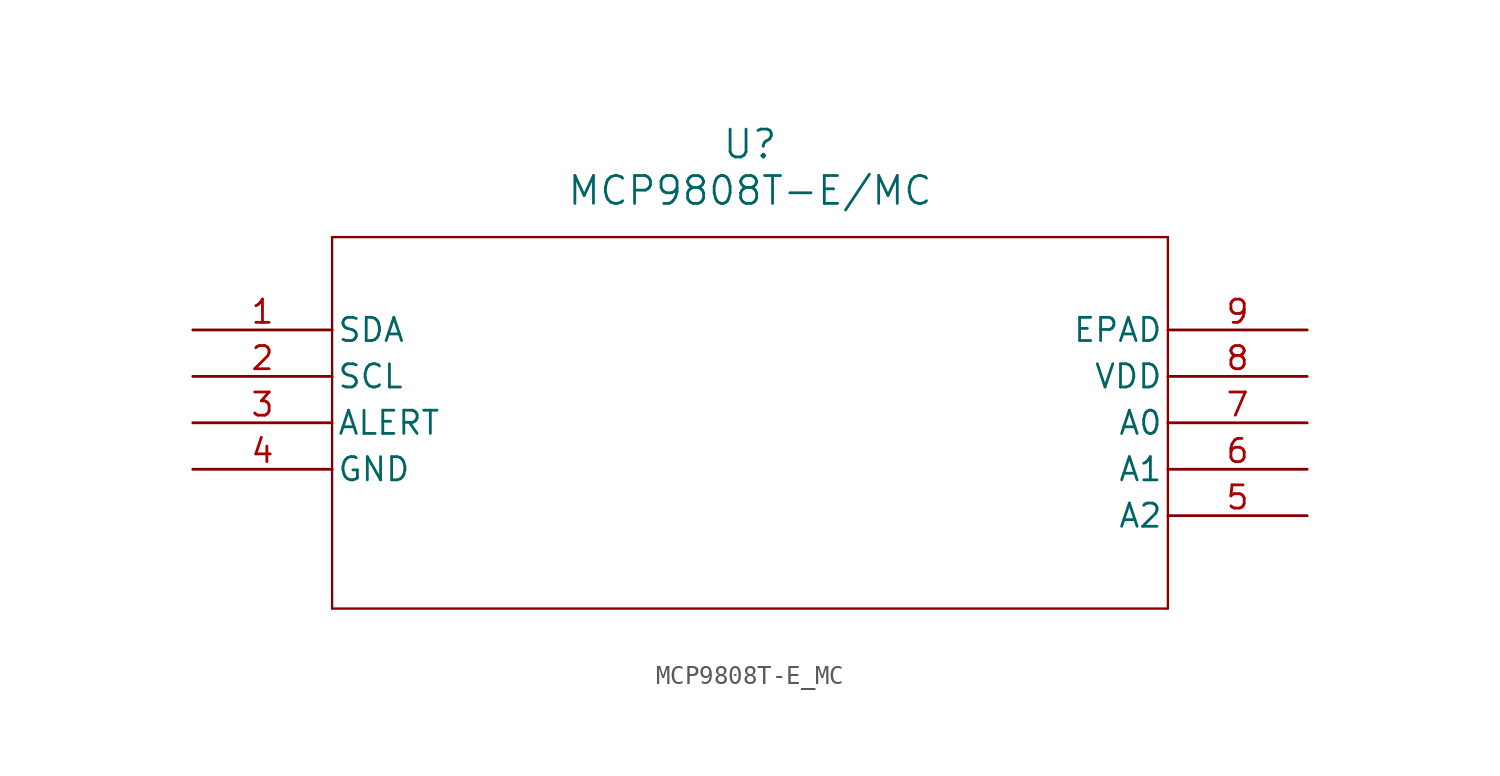
<source format=kicad_sym>
(kicad_symbol_lib
  (version 20231120)
  (generator "kicad_symbol_editor")
  (generator_version "8.0")
  (symbol "MCP9808T-E_MC"
    (pin_names
      (offset 0.254))
    (property "Reference" "U"
      (at 30.48 10.16 0)
      (effects (font (size 1.524 1.524))))
    (property "Value" "MCP9808T-E/MC"
      (at 30.48 7.62 0)
      (effects (font (size 1.524 1.524))))
    (property "ki_locked" ""
      (at 0 0 0)
      (effects (font (size 1.27 1.27))))
    (symbol "MCP9808T-E_MC_0_1"
      (polyline (pts (xy 7.62 -15.24) (xy 53.34 -15.24)) (stroke (width 0.127) (type default)) (fill (type none)))
      (polyline (pts (xy 7.62 5.08) (xy 7.62 -15.24)) (stroke (width 0.127) (type default)) (fill (type none)))
      (polyline (pts (xy 53.34 -15.24) (xy 53.34 5.08)) (stroke (width 0.127) (type default)) (fill (type none)))
      (polyline (pts (xy 53.34 5.08) (xy 7.62 5.08)) (stroke (width 0.127) (type default)) (fill (type none)))
      (pin passive line (at 0 0 0) (length 7.62) (name "SDA" (effects (font (size 1.27 1.27)))) (number "1" (effects (font (size 1.27 1.27)))))
      (pin passive line (at 0 -2.54 0) (length 7.62) (name "SCL" (effects (font (size 1.27 1.27)))) (number "2" (effects (font (size 1.27 1.27)))))
      (pin output line (at 0 -5.08 0) (length 7.62) (name "ALERT" (effects (font (size 1.27 1.27)))) (number "3" (effects (font (size 1.27 1.27)))))
      (pin passive line (at 0 -7.62 0) (length 7.62) (name "GND" (effects (font (size 1.27 1.27)))) (number "4" (effects (font (size 1.27 1.27)))))
      (pin passive line (at 60.96 -10.16 180) (length 7.62) (name "A2" (effects (font (size 1.27 1.27)))) (number "5" (effects (font (size 1.27 1.27)))))
      (pin passive line (at 60.96 -7.62 180) (length 7.62) (name "A1" (effects (font (size 1.27 1.27)))) (number "6" (effects (font (size 1.27 1.27)))))
      (pin passive line (at 60.96 -5.08 180) (length 7.62) (name "A0" (effects (font (size 1.27 1.27)))) (number "7" (effects (font (size 1.27 1.27)))))
      (pin passive line (at 60.96 -2.54 180) (length 7.62) (name "VDD" (effects (font (size 1.27 1.27)))) (number "8" (effects (font (size 1.27 1.27)))))
      (pin passive line (at 60.96 0 180) (length 7.62) (name "EPAD" (effects (font (size 1.27 1.27)))) (number "9" (effects (font (size 1.27 1.27))))))))
</source>
